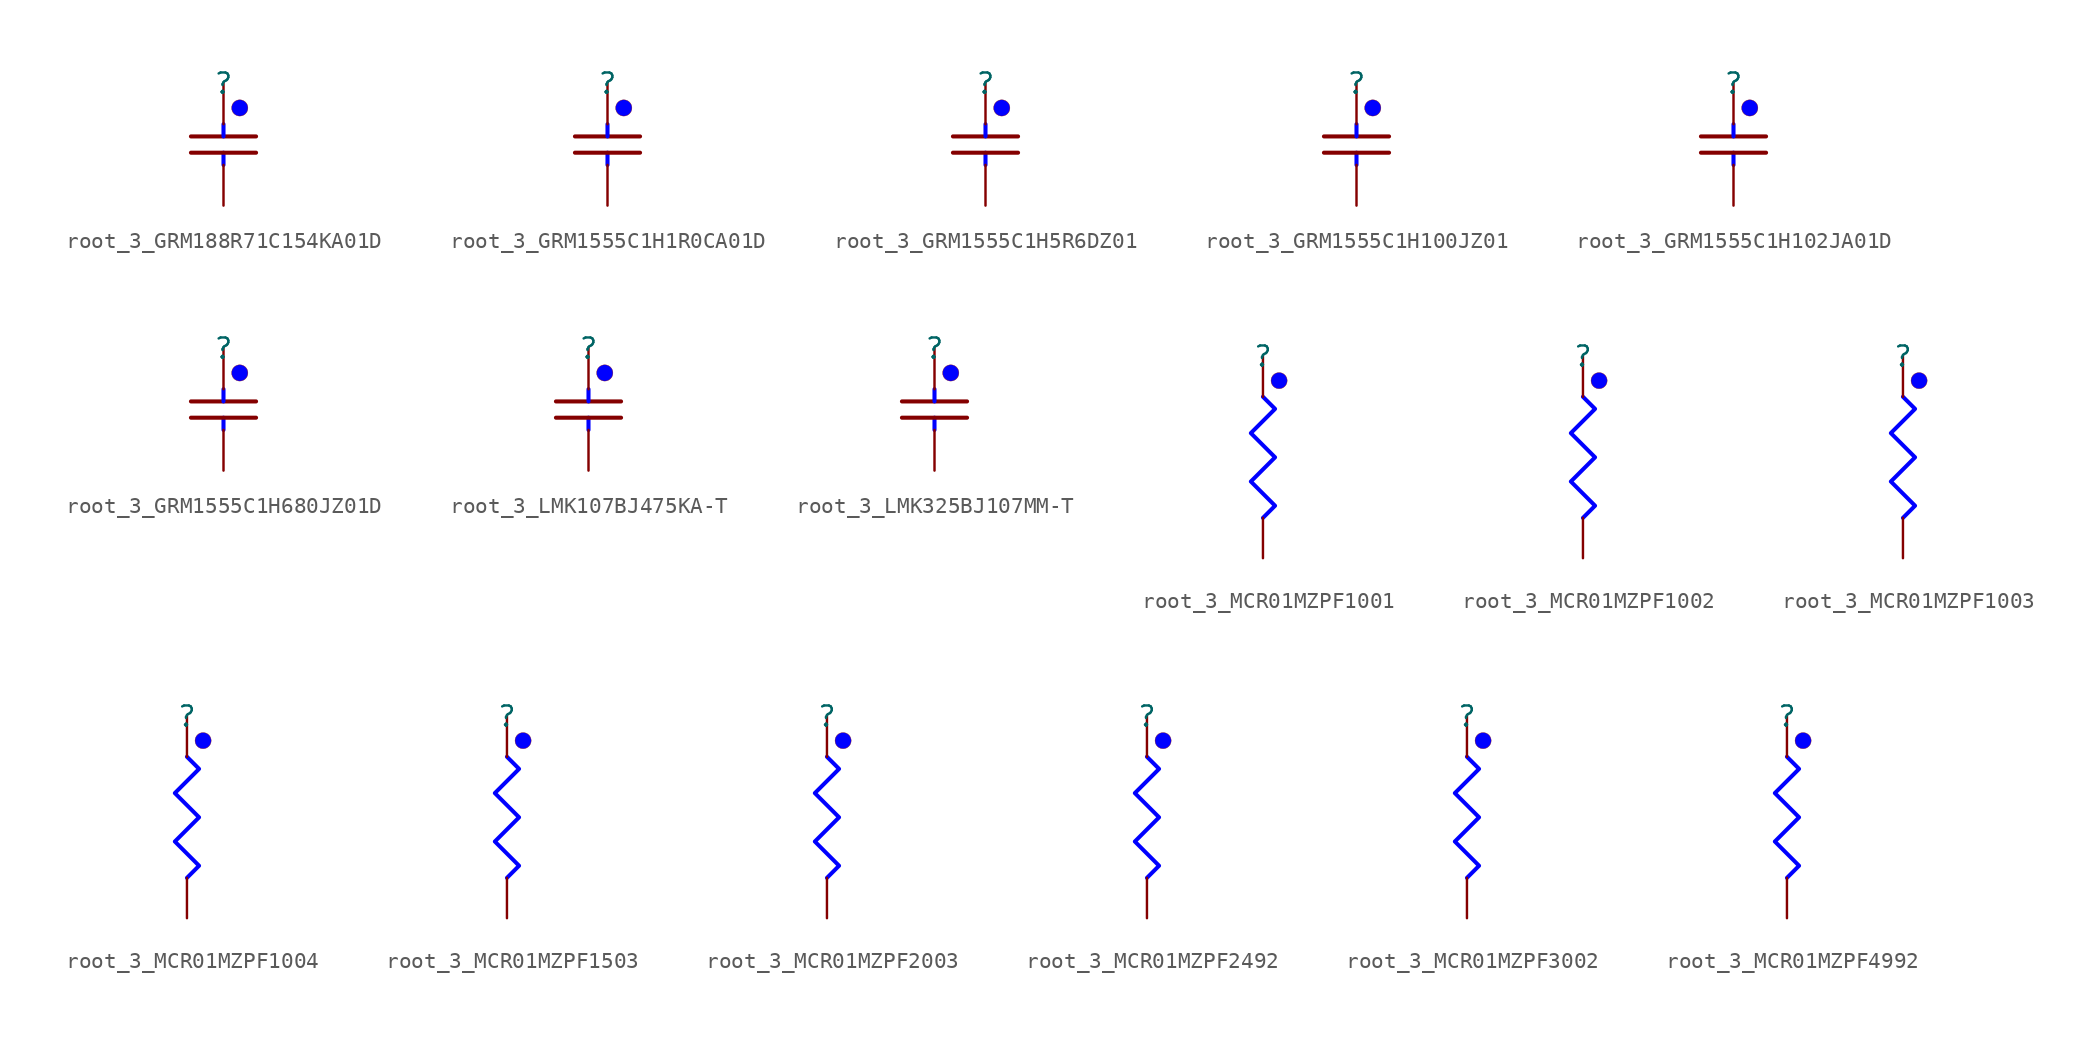
<source format=kicad_sym>
(kicad_symbol_lib
  (version 20231120)
  (generator "kicad_symbol_editor")
  (generator_version "8.0")
  (symbol "root_3_GRM188R71C154KA01D"
    (property "Reference" ""
      (at 0 0 0)
      (effects (font (size 1.27 1.27))))
    (property "Value" ""
      (at 0 0 0)
      (effects (font (size 1.27 1.27))))
    (symbol "root_3_GRM188R71C154KA01D_1_0"
      (polyline (pts (xy -2.032 -3.302) (xy 2.032 -3.302)) (stroke (width 0.254) (type solid)) (fill (type none)))
      (polyline (pts (xy 0 -5.08) (xy 0 -4.318)) (stroke (width 0.254) (type solid) (color 0 0 255 1)) (fill (type none)))
      (polyline (pts (xy 0 -2.54) (xy 0 -3.302)) (stroke (width 0.254) (type solid) (color 0 0 255 1)) (fill (type none)))
      (polyline (pts (xy 2.032 -4.318) (xy -2.032 -4.318)) (stroke (width 0.254) (type solid)) (fill (type none)))
      (circle (center 1.016 -1.524) (radius 0.508) (stroke (width 0.0001) (type solid)) (fill (type color) (color 0 0 255 1)))
      (pin passive line (at 0 0 270) (length 2.54) (name "1" (effects (font (size 0 0)))) (number "1" (effects (font (size 0 0)))))
      (pin passive line (at 0 -7.62 90) (length 2.54) (name "2" (effects (font (size 0 0)))) (number "2" (effects (font (size 0 0)))))))
  (symbol "root_3_GRM1555C1H1R0CA01D"
    (property "Reference" ""
      (at 0 0 0)
      (effects (font (size 1.27 1.27))))
    (property "Value" ""
      (at 0 0 0)
      (effects (font (size 1.27 1.27))))
    (symbol "root_3_GRM1555C1H1R0CA01D_1_0"
      (polyline (pts (xy -2.032 -3.302) (xy 2.032 -3.302)) (stroke (width 0.254) (type solid)) (fill (type none)))
      (polyline (pts (xy 0 -5.08) (xy 0 -4.318)) (stroke (width 0.254) (type solid) (color 0 0 255 1)) (fill (type none)))
      (polyline (pts (xy 0 -2.54) (xy 0 -3.302)) (stroke (width 0.254) (type solid) (color 0 0 255 1)) (fill (type none)))
      (polyline (pts (xy 2.032 -4.318) (xy -2.032 -4.318)) (stroke (width 0.254) (type solid)) (fill (type none)))
      (circle (center 1.016 -1.524) (radius 0.508) (stroke (width 0.0001) (type solid)) (fill (type color) (color 0 0 255 1)))
      (pin passive line (at 0 0 270) (length 2.54) (name "1" (effects (font (size 0 0)))) (number "1" (effects (font (size 0 0)))))
      (pin passive line (at 0 -7.62 90) (length 2.54) (name "2" (effects (font (size 0 0)))) (number "2" (effects (font (size 0 0)))))))
  (symbol "root_3_GRM1555C1H5R6DZ01"
    (property "Reference" ""
      (at 0 0 0)
      (effects (font (size 1.27 1.27))))
    (property "Value" ""
      (at 0 0 0)
      (effects (font (size 1.27 1.27))))
    (symbol "root_3_GRM1555C1H5R6DZ01_1_0"
      (polyline (pts (xy -2.032 -3.302) (xy 2.032 -3.302)) (stroke (width 0.254) (type solid)) (fill (type none)))
      (polyline (pts (xy 0 -5.08) (xy 0 -4.318)) (stroke (width 0.254) (type solid) (color 0 0 255 1)) (fill (type none)))
      (polyline (pts (xy 0 -2.54) (xy 0 -3.302)) (stroke (width 0.254) (type solid) (color 0 0 255 1)) (fill (type none)))
      (polyline (pts (xy 2.032 -4.318) (xy -2.032 -4.318)) (stroke (width 0.254) (type solid)) (fill (type none)))
      (circle (center 1.016 -1.524) (radius 0.508) (stroke (width 0.0001) (type solid)) (fill (type color) (color 0 0 255 1)))
      (pin passive line (at 0 0 270) (length 2.54) (name "1" (effects (font (size 0 0)))) (number "1" (effects (font (size 0 0)))))
      (pin passive line (at 0 -7.62 90) (length 2.54) (name "2" (effects (font (size 0 0)))) (number "2" (effects (font (size 0 0)))))))
  (symbol "root_3_GRM1555C1H100JZ01"
    (property "Reference" ""
      (at 0 0 0)
      (effects (font (size 1.27 1.27))))
    (property "Value" ""
      (at 0 0 0)
      (effects (font (size 1.27 1.27))))
    (symbol "root_3_GRM1555C1H100JZ01_1_0"
      (polyline (pts (xy -2.032 -3.302) (xy 2.032 -3.302)) (stroke (width 0.254) (type solid)) (fill (type none)))
      (polyline (pts (xy 0 -5.08) (xy 0 -4.318)) (stroke (width 0.254) (type solid) (color 0 0 255 1)) (fill (type none)))
      (polyline (pts (xy 0 -2.54) (xy 0 -3.302)) (stroke (width 0.254) (type solid) (color 0 0 255 1)) (fill (type none)))
      (polyline (pts (xy 2.032 -4.318) (xy -2.032 -4.318)) (stroke (width 0.254) (type solid)) (fill (type none)))
      (circle (center 1.016 -1.524) (radius 0.508) (stroke (width 0.0001) (type solid)) (fill (type color) (color 0 0 255 1)))
      (pin passive line (at 0 0 270) (length 2.54) (name "1" (effects (font (size 0 0)))) (number "1" (effects (font (size 0 0)))))
      (pin passive line (at 0 -7.62 90) (length 2.54) (name "2" (effects (font (size 0 0)))) (number "2" (effects (font (size 0 0)))))))
  (symbol "root_3_GRM1555C1H102JA01D"
    (property "Reference" ""
      (at 0 0 0)
      (effects (font (size 1.27 1.27))))
    (property "Value" ""
      (at 0 0 0)
      (effects (font (size 1.27 1.27))))
    (symbol "root_3_GRM1555C1H102JA01D_1_0"
      (polyline (pts (xy -2.032 -3.302) (xy 2.032 -3.302)) (stroke (width 0.254) (type solid)) (fill (type none)))
      (polyline (pts (xy 0 -5.08) (xy 0 -4.318)) (stroke (width 0.254) (type solid) (color 0 0 255 1)) (fill (type none)))
      (polyline (pts (xy 0 -2.54) (xy 0 -3.302)) (stroke (width 0.254) (type solid) (color 0 0 255 1)) (fill (type none)))
      (polyline (pts (xy 2.032 -4.318) (xy -2.032 -4.318)) (stroke (width 0.254) (type solid)) (fill (type none)))
      (circle (center 1.016 -1.524) (radius 0.508) (stroke (width 0.0001) (type solid)) (fill (type color) (color 0 0 255 1)))
      (pin passive line (at 0 0 270) (length 2.54) (name "1" (effects (font (size 0 0)))) (number "1" (effects (font (size 0 0)))))
      (pin passive line (at 0 -7.62 90) (length 2.54) (name "2" (effects (font (size 0 0)))) (number "2" (effects (font (size 0 0)))))))
  (symbol "root_3_GRM1555C1H680JZ01D"
    (property "Reference" ""
      (at 0 0 0)
      (effects (font (size 1.27 1.27))))
    (property "Value" ""
      (at 0 0 0)
      (effects (font (size 1.27 1.27))))
    (symbol "root_3_GRM1555C1H680JZ01D_1_0"
      (polyline (pts (xy -2.032 -3.302) (xy 2.032 -3.302)) (stroke (width 0.254) (type solid)) (fill (type none)))
      (polyline (pts (xy 0 -5.08) (xy 0 -4.318)) (stroke (width 0.254) (type solid) (color 0 0 255 1)) (fill (type none)))
      (polyline (pts (xy 0 -2.54) (xy 0 -3.302)) (stroke (width 0.254) (type solid) (color 0 0 255 1)) (fill (type none)))
      (polyline (pts (xy 2.032 -4.318) (xy -2.032 -4.318)) (stroke (width 0.254) (type solid)) (fill (type none)))
      (circle (center 1.016 -1.524) (radius 0.508) (stroke (width 0.0001) (type solid)) (fill (type color) (color 0 0 255 1)))
      (pin passive line (at 0 0 270) (length 2.54) (name "1" (effects (font (size 0 0)))) (number "1" (effects (font (size 0 0)))))
      (pin passive line (at 0 -7.62 90) (length 2.54) (name "2" (effects (font (size 0 0)))) (number "2" (effects (font (size 0 0)))))))
  (symbol "root_3_LMK107BJ475KA-T"
    (property "Reference" ""
      (at 0 0 0)
      (effects (font (size 1.27 1.27))))
    (property "Value" ""
      (at 0 0 0)
      (effects (font (size 1.27 1.27))))
    (symbol "root_3_LMK107BJ475KA-T_1_0"
      (polyline (pts (xy -2.032 -3.302) (xy 2.032 -3.302)) (stroke (width 0.254) (type solid)) (fill (type none)))
      (polyline (pts (xy 0 -5.08) (xy 0 -4.318)) (stroke (width 0.254) (type solid) (color 0 0 255 1)) (fill (type none)))
      (polyline (pts (xy 0 -2.54) (xy 0 -3.302)) (stroke (width 0.254) (type solid) (color 0 0 255 1)) (fill (type none)))
      (polyline (pts (xy 2.032 -4.318) (xy -2.032 -4.318)) (stroke (width 0.254) (type solid)) (fill (type none)))
      (circle (center 1.016 -1.524) (radius 0.508) (stroke (width 0.0001) (type solid)) (fill (type color) (color 0 0 255 1)))
      (pin passive line (at 0 0 270) (length 2.54) (name "1" (effects (font (size 0 0)))) (number "1" (effects (font (size 0 0)))))
      (pin passive line (at 0 -7.62 90) (length 2.54) (name "2" (effects (font (size 0 0)))) (number "2" (effects (font (size 0 0)))))))
  (symbol "root_3_LMK325BJ107MM-T"
    (property "Reference" ""
      (at 0 0 0)
      (effects (font (size 1.27 1.27))))
    (property "Value" ""
      (at 0 0 0)
      (effects (font (size 1.27 1.27))))
    (symbol "root_3_LMK325BJ107MM-T_1_0"
      (polyline (pts (xy -2.032 -3.302) (xy 2.032 -3.302)) (stroke (width 0.254) (type solid)) (fill (type none)))
      (polyline (pts (xy 0 -5.08) (xy 0 -4.318)) (stroke (width 0.254) (type solid) (color 0 0 255 1)) (fill (type none)))
      (polyline (pts (xy 0 -2.54) (xy 0 -3.302)) (stroke (width 0.254) (type solid) (color 0 0 255 1)) (fill (type none)))
      (polyline (pts (xy 2.032 -4.318) (xy -2.032 -4.318)) (stroke (width 0.254) (type solid)) (fill (type none)))
      (circle (center 1.016 -1.524) (radius 0.508) (stroke (width 0.0001) (type solid)) (fill (type color) (color 0 0 255 1)))
      (pin passive line (at 0 0 270) (length 2.54) (name "1" (effects (font (size 0 0)))) (number "1" (effects (font (size 0 0)))))
      (pin passive line (at 0 -7.62 90) (length 2.54) (name "2" (effects (font (size 0 0)))) (number "2" (effects (font (size 0 0)))))))
  (symbol "root_3_MCR01MZPF1001"
    (property "Reference" ""
      (at 0 0 0)
      (effects (font (size 1.27 1.27))))
    (property "Value" ""
      (at 0 0 0)
      (effects (font (size 1.27 1.27))))
    (symbol "root_3_MCR01MZPF1001_1_0"
      (polyline (pts (xy 0 -10.16) (xy 0.762 -9.398) (xy -0.762 -7.874) (xy 0.762 -6.35) (xy -0.762 -4.826) (xy 0.762 -3.302) (xy 0 -2.54)) (stroke (width 0.254) (type solid) (color 0 0 255 1)) (fill (type none)))
      (circle (center 1.016 -1.524) (radius 0.508) (stroke (width 0.0001) (type solid)) (fill (type color) (color 0 0 255 1)))
      (pin passive line (at 0 0 270) (length 2.54) (name "1" (effects (font (size 0 0)))) (number "1" (effects (font (size 0 0)))))
      (pin passive line (at 0 -12.7 90) (length 2.54) (name "2" (effects (font (size 0 0)))) (number "2" (effects (font (size 0 0)))))))
  (symbol "root_3_MCR01MZPF1002"
    (property "Reference" ""
      (at 0 0 0)
      (effects (font (size 1.27 1.27))))
    (property "Value" ""
      (at 0 0 0)
      (effects (font (size 1.27 1.27))))
    (symbol "root_3_MCR01MZPF1002_1_0"
      (polyline (pts (xy 0 -10.16) (xy 0.762 -9.398) (xy -0.762 -7.874) (xy 0.762 -6.35) (xy -0.762 -4.826) (xy 0.762 -3.302) (xy 0 -2.54)) (stroke (width 0.254) (type solid) (color 0 0 255 1)) (fill (type none)))
      (circle (center 1.016 -1.524) (radius 0.508) (stroke (width 0.0001) (type solid)) (fill (type color) (color 0 0 255 1)))
      (pin passive line (at 0 0 270) (length 2.54) (name "1" (effects (font (size 0 0)))) (number "1" (effects (font (size 0 0)))))
      (pin passive line (at 0 -12.7 90) (length 2.54) (name "2" (effects (font (size 0 0)))) (number "2" (effects (font (size 0 0)))))))
  (symbol "root_3_MCR01MZPF1003"
    (property "Reference" ""
      (at 0 0 0)
      (effects (font (size 1.27 1.27))))
    (property "Value" ""
      (at 0 0 0)
      (effects (font (size 1.27 1.27))))
    (symbol "root_3_MCR01MZPF1003_1_0"
      (polyline (pts (xy 0 -10.16) (xy 0.762 -9.398) (xy -0.762 -7.874) (xy 0.762 -6.35) (xy -0.762 -4.826) (xy 0.762 -3.302) (xy 0 -2.54)) (stroke (width 0.254) (type solid) (color 0 0 255 1)) (fill (type none)))
      (circle (center 1.016 -1.524) (radius 0.508) (stroke (width 0.0001) (type solid)) (fill (type color) (color 0 0 255 1)))
      (pin passive line (at 0 0 270) (length 2.54) (name "1" (effects (font (size 0 0)))) (number "1" (effects (font (size 0 0)))))
      (pin passive line (at 0 -12.7 90) (length 2.54) (name "2" (effects (font (size 0 0)))) (number "2" (effects (font (size 0 0)))))))
  (symbol "root_3_MCR01MZPF1004"
    (property "Reference" ""
      (at 0 0 0)
      (effects (font (size 1.27 1.27))))
    (property "Value" ""
      (at 0 0 0)
      (effects (font (size 1.27 1.27))))
    (symbol "root_3_MCR01MZPF1004_1_0"
      (polyline (pts (xy 0 -10.16) (xy 0.762 -9.398) (xy -0.762 -7.874) (xy 0.762 -6.35) (xy -0.762 -4.826) (xy 0.762 -3.302) (xy 0 -2.54)) (stroke (width 0.254) (type solid) (color 0 0 255 1)) (fill (type none)))
      (circle (center 1.016 -1.524) (radius 0.508) (stroke (width 0.0001) (type solid)) (fill (type color) (color 0 0 255 1)))
      (pin passive line (at 0 0 270) (length 2.54) (name "1" (effects (font (size 0 0)))) (number "1" (effects (font (size 0 0)))))
      (pin passive line (at 0 -12.7 90) (length 2.54) (name "2" (effects (font (size 0 0)))) (number "2" (effects (font (size 0 0)))))))
  (symbol "root_3_MCR01MZPF1503"
    (property "Reference" ""
      (at 0 0 0)
      (effects (font (size 1.27 1.27))))
    (property "Value" ""
      (at 0 0 0)
      (effects (font (size 1.27 1.27))))
    (symbol "root_3_MCR01MZPF1503_1_0"
      (polyline (pts (xy 0 -10.16) (xy 0.762 -9.398) (xy -0.762 -7.874) (xy 0.762 -6.35) (xy -0.762 -4.826) (xy 0.762 -3.302) (xy 0 -2.54)) (stroke (width 0.254) (type solid) (color 0 0 255 1)) (fill (type none)))
      (circle (center 1.016 -1.524) (radius 0.508) (stroke (width 0.0001) (type solid)) (fill (type color) (color 0 0 255 1)))
      (pin passive line (at 0 0 270) (length 2.54) (name "1" (effects (font (size 0 0)))) (number "1" (effects (font (size 0 0)))))
      (pin passive line (at 0 -12.7 90) (length 2.54) (name "2" (effects (font (size 0 0)))) (number "2" (effects (font (size 0 0)))))))
  (symbol "root_3_MCR01MZPF2003"
    (property "Reference" ""
      (at 0 0 0)
      (effects (font (size 1.27 1.27))))
    (property "Value" ""
      (at 0 0 0)
      (effects (font (size 1.27 1.27))))
    (symbol "root_3_MCR01MZPF2003_1_0"
      (polyline (pts (xy 0 -10.16) (xy 0.762 -9.398) (xy -0.762 -7.874) (xy 0.762 -6.35) (xy -0.762 -4.826) (xy 0.762 -3.302) (xy 0 -2.54)) (stroke (width 0.254) (type solid) (color 0 0 255 1)) (fill (type none)))
      (circle (center 1.016 -1.524) (radius 0.508) (stroke (width 0.0001) (type solid)) (fill (type color) (color 0 0 255 1)))
      (pin passive line (at 0 0 270) (length 2.54) (name "1" (effects (font (size 0 0)))) (number "1" (effects (font (size 0 0)))))
      (pin passive line (at 0 -12.7 90) (length 2.54) (name "2" (effects (font (size 0 0)))) (number "2" (effects (font (size 0 0)))))))
  (symbol "root_3_MCR01MZPF2492"
    (property "Reference" ""
      (at 0 0 0)
      (effects (font (size 1.27 1.27))))
    (property "Value" ""
      (at 0 0 0)
      (effects (font (size 1.27 1.27))))
    (symbol "root_3_MCR01MZPF2492_1_0"
      (polyline (pts (xy 0 -10.16) (xy 0.762 -9.398) (xy -0.762 -7.874) (xy 0.762 -6.35) (xy -0.762 -4.826) (xy 0.762 -3.302) (xy 0 -2.54)) (stroke (width 0.254) (type solid) (color 0 0 255 1)) (fill (type none)))
      (circle (center 1.016 -1.524) (radius 0.508) (stroke (width 0.0001) (type solid)) (fill (type color) (color 0 0 255 1)))
      (pin passive line (at 0 0 270) (length 2.54) (name "1" (effects (font (size 0 0)))) (number "1" (effects (font (size 0 0)))))
      (pin passive line (at 0 -12.7 90) (length 2.54) (name "2" (effects (font (size 0 0)))) (number "2" (effects (font (size 0 0)))))))
  (symbol "root_3_MCR01MZPF3002"
    (property "Reference" ""
      (at 0 0 0)
      (effects (font (size 1.27 1.27))))
    (property "Value" ""
      (at 0 0 0)
      (effects (font (size 1.27 1.27))))
    (symbol "root_3_MCR01MZPF3002_1_0"
      (polyline (pts (xy 0 -10.16) (xy 0.762 -9.398) (xy -0.762 -7.874) (xy 0.762 -6.35) (xy -0.762 -4.826) (xy 0.762 -3.302) (xy 0 -2.54)) (stroke (width 0.254) (type solid) (color 0 0 255 1)) (fill (type none)))
      (circle (center 1.016 -1.524) (radius 0.508) (stroke (width 0.0001) (type solid)) (fill (type color) (color 0 0 255 1)))
      (pin passive line (at 0 0 270) (length 2.54) (name "1" (effects (font (size 0 0)))) (number "1" (effects (font (size 0 0)))))
      (pin passive line (at 0 -12.7 90) (length 2.54) (name "2" (effects (font (size 0 0)))) (number "2" (effects (font (size 0 0)))))))
  (symbol "root_3_MCR01MZPF4992"
    (property "Reference" ""
      (at 0 0 0)
      (effects (font (size 1.27 1.27))))
    (property "Value" ""
      (at 0 0 0)
      (effects (font (size 1.27 1.27))))
    (symbol "root_3_MCR01MZPF4992_1_0"
      (polyline (pts (xy 0 -10.16) (xy 0.762 -9.398) (xy -0.762 -7.874) (xy 0.762 -6.35) (xy -0.762 -4.826) (xy 0.762 -3.302) (xy 0 -2.54)) (stroke (width 0.254) (type solid) (color 0 0 255 1)) (fill (type none)))
      (circle (center 1.016 -1.524) (radius 0.508) (stroke (width 0.0001) (type solid)) (fill (type color) (color 0 0 255 1)))
      (pin passive line (at 0 0 270) (length 2.54) (name "1" (effects (font (size 0 0)))) (number "1" (effects (font (size 0 0)))))
      (pin passive line (at 0 -12.7 90) (length 2.54) (name "2" (effects (font (size 0 0)))) (number "2" (effects (font (size 0 0))))))))
</source>
